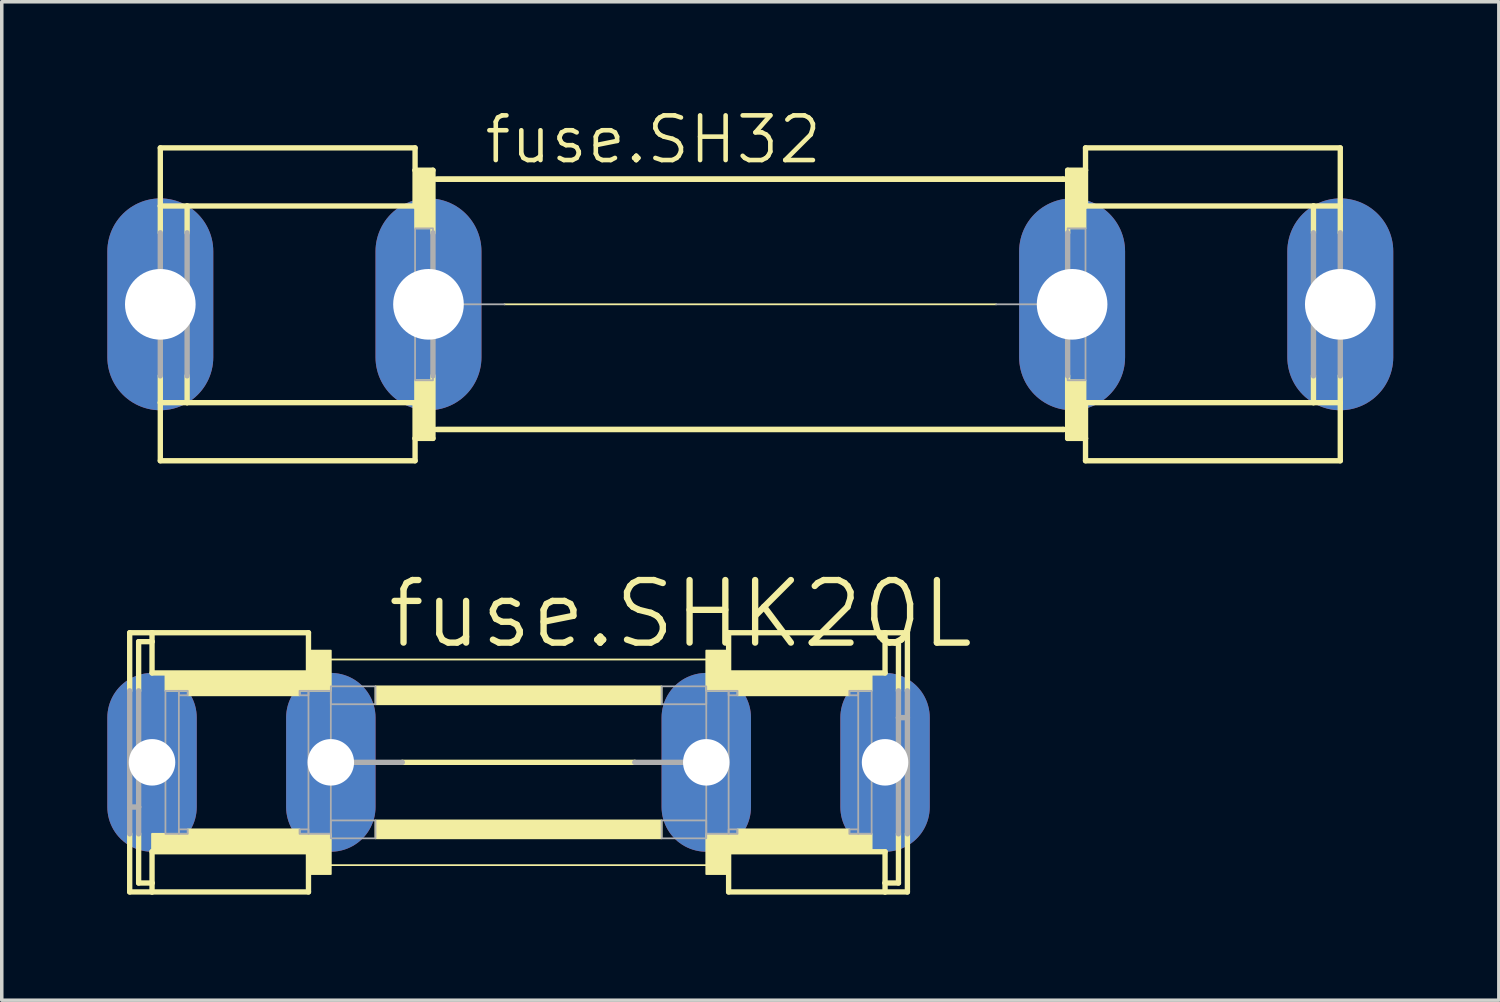
<source format=kicad_pcb>
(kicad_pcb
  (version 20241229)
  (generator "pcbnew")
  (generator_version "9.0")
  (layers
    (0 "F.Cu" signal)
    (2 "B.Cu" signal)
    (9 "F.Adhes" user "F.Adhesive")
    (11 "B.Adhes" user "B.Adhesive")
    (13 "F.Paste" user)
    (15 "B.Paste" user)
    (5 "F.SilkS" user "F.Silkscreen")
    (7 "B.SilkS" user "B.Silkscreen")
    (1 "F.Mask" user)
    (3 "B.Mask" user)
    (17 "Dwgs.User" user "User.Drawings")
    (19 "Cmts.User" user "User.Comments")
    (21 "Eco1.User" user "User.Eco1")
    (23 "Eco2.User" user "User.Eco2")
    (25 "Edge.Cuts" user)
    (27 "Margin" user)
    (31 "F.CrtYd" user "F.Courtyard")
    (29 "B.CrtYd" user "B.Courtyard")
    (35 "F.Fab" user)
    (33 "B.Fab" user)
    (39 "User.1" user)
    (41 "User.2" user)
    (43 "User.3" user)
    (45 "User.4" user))
  (footprint "fuse.SHK20L"
    (layer "F.Cu")
    (at 11.684 18.611)
    (property "Reference" "fuse.SHK20L" (at -3.81 -3.175 0) (layer "F.SilkS") (effects (font (size 1.778 1.778) (thickness 0.18)) (justify left bottom)))
    (attr through_hole)
    (fp_line (start -11.049 -2.032) (end -11.049 -3.683) (stroke (width 0.152) (type default)) (layer "F.SilkS"))
    (fp_line (start -11.049 3.683) (end -11.049 2.032) (stroke (width 0.152) (type default)) (layer "F.SilkS"))
    (fp_line (start -10.795 -3.429) (end -10.795 -2.032) (stroke (width 0.152) (type default)) (layer "F.SilkS"))
    (fp_line (start -10.795 -3.429) (end -10.414 -3.429) (stroke (width 0.152) (type default)) (layer "F.SilkS"))
    (fp_line (start -10.795 2.032) (end -10.795 3.429) (stroke (width 0.152) (type default)) (layer "F.SilkS"))
    (fp_line (start -10.795 3.429) (end -10.414 3.429) (stroke (width 0.152) (type default)) (layer "F.SilkS"))
    (fp_line (start -10.414 -3.683) (end -11.049 -3.683) (stroke (width 0.152) (type default)) (layer "F.SilkS"))
    (fp_line (start -10.414 -3.683) (end -10.414 -3.429) (stroke (width 0.152) (type default)) (layer "F.SilkS"))
    (fp_line (start -10.414 -3.683) (end -5.969 -3.683) (stroke (width 0.152) (type default)) (layer "F.SilkS"))
    (fp_line (start -10.414 -3.429) (end -10.414 -2.54) (stroke (width 0.152) (type default)) (layer "F.SilkS"))
    (fp_line (start -10.414 -2.54) (end -5.969 -2.54) (stroke (width 0.152) (type default)) (layer "F.SilkS"))
    (fp_line (start -10.414 2.54) (end -5.969 2.54) (stroke (width 0.152) (type default)) (layer "F.SilkS"))
    (fp_line (start -10.414 3.429) (end -10.414 2.54) (stroke (width 0.152) (type default)) (layer "F.SilkS"))
    (fp_line (start -10.414 3.683) (end -11.049 3.683) (stroke (width 0.152) (type default)) (layer "F.SilkS"))
    (fp_line (start -10.414 3.683) (end -10.414 3.429) (stroke (width 0.152) (type default)) (layer "F.SilkS"))
    (fp_line (start -5.969 -2.54) (end -5.969 -3.683) (stroke (width 0.152) (type default)) (layer "F.SilkS"))
    (fp_line (start -5.969 3.683) (end -10.414 3.683) (stroke (width 0.152) (type default)) (layer "F.SilkS"))
    (fp_line (start -5.969 3.683) (end -5.969 2.54) (stroke (width 0.152) (type default)) (layer "F.SilkS"))
    (fp_line (start -5.334 -2.921) (end 5.334 -2.921) (stroke (width 0.051) (type default)) (layer "F.SilkS"))
    (fp_line (start -3.302 0) (end 3.302 0) (stroke (width 0.152) (type default)) (layer "F.SilkS"))
    (fp_line (start 5.334 2.921) (end -5.334 2.921) (stroke (width 0.051) (type default)) (layer "F.SilkS"))
    (fp_line (start 5.969 -3.683) (end 5.969 -2.54) (stroke (width 0.152) (type default)) (layer "F.SilkS"))
    (fp_line (start 5.969 -3.683) (end 10.414 -3.683) (stroke (width 0.152) (type default)) (layer "F.SilkS"))
    (fp_line (start 5.969 2.54) (end 5.969 3.683) (stroke (width 0.152) (type default)) (layer "F.SilkS"))
    (fp_line (start 10.414 -3.683) (end 10.414 -3.429) (stroke (width 0.152) (type default)) (layer "F.SilkS"))
    (fp_line (start 10.414 -3.683) (end 11.049 -3.683) (stroke (width 0.152) (type default)) (layer "F.SilkS"))
    (fp_line (start 10.414 -3.429) (end 10.414 -2.54) (stroke (width 0.152) (type default)) (layer "F.SilkS"))
    (fp_line (start 10.414 -2.54) (end 5.969 -2.54) (stroke (width 0.152) (type default)) (layer "F.SilkS"))
    (fp_line (start 10.414 2.54) (end 5.969 2.54) (stroke (width 0.152) (type default)) (layer "F.SilkS"))
    (fp_line (start 10.414 3.429) (end 10.414 2.54) (stroke (width 0.152) (type default)) (layer "F.SilkS"))
    (fp_line (start 10.414 3.683) (end 5.969 3.683) (stroke (width 0.152) (type default)) (layer "F.SilkS"))
    (fp_line (start 10.414 3.683) (end 10.414 3.429) (stroke (width 0.152) (type default)) (layer "F.SilkS"))
    (fp_line (start 10.414 3.683) (end 11.049 3.683) (stroke (width 0.152) (type default)) (layer "F.SilkS"))
    (fp_line (start 10.795 -3.429) (end 10.414 -3.429) (stroke (width 0.152) (type default)) (layer "F.SilkS"))
    (fp_line (start 10.795 -2.032) (end 10.795 -3.429) (stroke (width 0.152) (type default)) (layer "F.SilkS"))
    (fp_line (start 10.795 3.429) (end 10.414 3.429) (stroke (width 0.152) (type default)) (layer "F.SilkS"))
    (fp_line (start 10.795 3.429) (end 10.795 2.032) (stroke (width 0.152) (type default)) (layer "F.SilkS"))
    (fp_line (start 11.049 -3.683) (end 11.049 -2.032) (stroke (width 0.152) (type default)) (layer "F.SilkS"))
    (fp_line (start 11.049 2.032) (end 11.049 3.683) (stroke (width 0.152) (type default)) (layer "F.SilkS"))
    (fp_rect (start -10.414 2.54) (end -5.969 2.032) (stroke (width 0.05) (type default)) (fill yes) (layer "F.SilkS"))
    (fp_rect (start -10.033 -2.032) (end -5.969 -2.54) (stroke (width 0.05) (type default)) (fill yes) (layer "F.SilkS"))
    (fp_rect (start -9.398 -1.905) (end -6.223 -2.032) (stroke (width 0.05) (type default)) (fill yes) (layer "F.SilkS"))
    (fp_rect (start -9.398 2.032) (end -6.223 1.905) (stroke (width 0.05) (type default)) (fill yes) (layer "F.SilkS"))
    (fp_rect (start -5.969 -2.032) (end -5.334 -3.175) (stroke (width 0.05) (type default)) (fill yes) (layer "F.SilkS"))
    (fp_rect (start -5.969 3.175) (end -5.334 2.032) (stroke (width 0.05) (type default)) (fill yes) (layer "F.SilkS"))
    (fp_rect (start -4.064 -1.651) (end 4.064 -2.159) (stroke (width 0.05) (type default)) (fill yes) (layer "F.SilkS"))
    (fp_rect (start -4.064 2.159) (end 4.064 1.651) (stroke (width 0.05) (type default)) (fill yes) (layer "F.SilkS"))
    (fp_rect (start 5.334 -2.032) (end 5.969 -3.175) (stroke (width 0.05) (type default)) (fill yes) (layer "F.SilkS"))
    (fp_rect (start 5.334 3.175) (end 5.969 2.032) (stroke (width 0.05) (type default)) (fill yes) (layer "F.SilkS"))
    (fp_rect (start 5.969 -2.032) (end 10.033 -2.54) (stroke (width 0.05) (type default)) (fill yes) (layer "F.SilkS"))
    (fp_rect (start 5.969 2.54) (end 10.033 2.032) (stroke (width 0.05) (type default)) (fill yes) (layer "F.SilkS"))
    (fp_rect (start 6.223 -1.905) (end 9.398 -2.032) (stroke (width 0.05) (type default)) (fill yes) (layer "F.SilkS"))
    (fp_rect (start 6.223 2.032) (end 9.398 1.905) (stroke (width 0.05) (type default)) (fill yes) (layer "F.SilkS"))
    (fp_line (start -11.049 -2.032) (end -11.049 1.27) (stroke (width 0.152) (type default)) (layer "F.Fab"))
    (fp_line (start -11.049 1.27) (end -10.795 1.27) (stroke (width 0.152) (type default)) (layer "F.Fab"))
    (fp_line (start -11.049 2.032) (end -11.049 1.27) (stroke (width 0.152) (type default)) (layer "F.Fab"))
    (fp_line (start -10.795 -2.032) (end -10.795 1.27) (stroke (width 0.152) (type default)) (layer "F.Fab"))
    (fp_line (start -10.795 1.27) (end -10.795 2.032) (stroke (width 0.152) (type default)) (layer "F.Fab"))
    (fp_line (start -3.302 0) (end -5.334 0) (stroke (width 0.152) (type default)) (layer "F.Fab"))
    (fp_line (start 3.302 0) (end 5.334 0) (stroke (width 0.152) (type default)) (layer "F.Fab"))
    (fp_line (start 10.795 -1.27) (end 10.795 -2.032) (stroke (width 0.152) (type default)) (layer "F.Fab"))
    (fp_line (start 10.795 -1.27) (end 10.795 2.032) (stroke (width 0.152) (type default)) (layer "F.Fab"))
    (fp_line (start 11.049 -2.032) (end 11.049 -1.27) (stroke (width 0.152) (type default)) (layer "F.Fab"))
    (fp_line (start 11.049 -1.27) (end 10.795 -1.27) (stroke (width 0.152) (type default)) (layer "F.Fab"))
    (fp_line (start 11.049 -1.27) (end 11.049 2.032) (stroke (width 0.152) (type default)) (layer "F.Fab"))
    (fp_rect (start -10.033 2.032) (end -9.652 -2.032) (stroke (width 0.05) (type default)) (fill no) (layer "F.Fab"))
    (fp_rect (start -9.652 -1.905) (end -9.398 -2.032) (stroke (width 0.05) (type default)) (fill no) (layer "F.Fab"))
    (fp_rect (start -9.652 2.032) (end -9.398 1.905) (stroke (width 0.05) (type default)) (fill no) (layer "F.Fab"))
    (fp_rect (start -6.223 -1.905) (end -5.969 -2.032) (stroke (width 0.05) (type default)) (fill no) (layer "F.Fab"))
    (fp_rect (start -6.223 2.032) (end -5.969 1.905) (stroke (width 0.05) (type default)) (fill no) (layer "F.Fab"))
    (fp_rect (start -5.969 2.032) (end -5.334 -2.032) (stroke (width 0.05) (type default)) (fill no) (layer "F.Fab"))
    (fp_rect (start -5.334 -1.651) (end -4.064 -2.159) (stroke (width 0.05) (type default)) (fill no) (layer "F.Fab"))
    (fp_rect (start -5.334 2.159) (end -4.064 1.651) (stroke (width 0.05) (type default)) (fill no) (layer "F.Fab"))
    (fp_rect (start 4.064 -1.651) (end 5.334 -2.159) (stroke (width 0.05) (type default)) (fill no) (layer "F.Fab"))
    (fp_rect (start 4.064 2.159) (end 5.334 1.651) (stroke (width 0.05) (type default)) (fill no) (layer "F.Fab"))
    (fp_rect (start 5.334 2.032) (end 5.969 -2.032) (stroke (width 0.05) (type default)) (fill no) (layer "F.Fab"))
    (fp_rect (start 5.969 -1.905) (end 6.223 -2.032) (stroke (width 0.05) (type default)) (fill no) (layer "F.Fab"))
    (fp_rect (start 5.969 2.032) (end 6.223 1.905) (stroke (width 0.05) (type default)) (fill no) (layer "F.Fab"))
    (fp_rect (start 9.398 -1.905) (end 9.652 -2.032) (stroke (width 0.05) (type default)) (fill no) (layer "F.Fab"))
    (fp_rect (start 9.398 2.032) (end 9.652 1.905) (stroke (width 0.05) (type default)) (fill no) (layer "F.Fab"))
    (fp_rect (start 9.652 2.032) (end 10.033 -2.032) (stroke (width 0.05) (type default)) (fill no) (layer "F.Fab"))
    (pad "1A" thru_hole oval (at -10.414 0 90) (size 5.08 2.54) (drill 1.321) (layers "*.Cu" "*.Mask"))
    (pad "1B" thru_hole oval (at -5.334 0 90) (size 5.08 2.54) (drill 1.321) (layers "*.Cu" "*.Mask"))
    (pad "2A" thru_hole oval (at 10.414 0 90) (size 5.08 2.54) (drill 1.321) (layers "*.Cu" "*.Mask"))
    (pad "2B" thru_hole oval (at 5.334 0 90) (size 5.08 2.54) (drill 1.321) (layers "*.Cu" "*.Mask")))
  (footprint "fuse.SH32"
    (layer "F.Cu")
    (at 18.269 5.597)
    (property "Reference" "fuse.SH32" (at -7.62 -3.937 0) (layer "F.SilkS") (effects (font (size 1.27 1.27) (thickness 0.13)) (justify left bottom)))
    (attr through_hole)
    (fp_line (start -16.764 -2.794) (end -16.764 -4.445) (stroke (width 0.152) (type default)) (layer "F.SilkS"))
    (fp_line (start -16.764 -2.032) (end -16.764 -2.794) (stroke (width 0.152) (type default)) (layer "F.SilkS"))
    (fp_line (start -16.764 2.794) (end -16.764 2.032) (stroke (width 0.152) (type default)) (layer "F.SilkS"))
    (fp_line (start -16.764 4.445) (end -16.764 2.794) (stroke (width 0.152) (type default)) (layer "F.SilkS"))
    (fp_line (start -16.764 4.445) (end -9.525 4.445) (stroke (width 0.152) (type default)) (layer "F.SilkS"))
    (fp_line (start -16.002 -2.794) (end -16.764 -2.794) (stroke (width 0.152) (type default)) (layer "F.SilkS"))
    (fp_line (start -16.002 -2.032) (end -16.002 -2.794) (stroke (width 0.152) (type default)) (layer "F.SilkS"))
    (fp_line (start -16.002 2.032) (end -16.002 2.794) (stroke (width 0.152) (type default)) (layer "F.SilkS"))
    (fp_line (start -16.002 2.794) (end -16.764 2.794) (stroke (width 0.152) (type default)) (layer "F.SilkS"))
    (fp_line (start -9.525 -4.445) (end -16.764 -4.445) (stroke (width 0.152) (type default)) (layer "F.SilkS"))
    (fp_line (start -9.525 -3.81) (end -9.525 -4.445) (stroke (width 0.152) (type default)) (layer "F.SilkS"))
    (fp_line (start -9.525 -3.81) (end -9.525 -2.794) (stroke (width 0.152) (type default)) (layer "F.SilkS"))
    (fp_line (start -9.525 -3.81) (end -9.017 -3.81) (stroke (width 0.152) (type default)) (layer "F.SilkS"))
    (fp_line (start -9.525 -2.794) (end -16.002 -2.794) (stroke (width 0.152) (type default)) (layer "F.SilkS"))
    (fp_line (start -9.525 2.794) (end -16.002 2.794) (stroke (width 0.152) (type default)) (layer "F.SilkS"))
    (fp_line (start -9.525 3.81) (end -9.525 2.794) (stroke (width 0.152) (type default)) (layer "F.SilkS"))
    (fp_line (start -9.525 3.81) (end -9.525 4.445) (stroke (width 0.152) (type default)) (layer "F.SilkS"))
    (fp_line (start -9.017 -3.81) (end -9.017 -3.556) (stroke (width 0.152) (type default)) (layer "F.SilkS"))
    (fp_line (start -9.017 -3.556) (end 8.89 -3.556) (stroke (width 0.152) (type default)) (layer "F.SilkS"))
    (fp_line (start -9.017 -2.032) (end -9.017 -3.556) (stroke (width 0.152) (type default)) (layer "F.SilkS"))
    (fp_line (start -9.017 2.032) (end -9.017 3.556) (stroke (width 0.152) (type default)) (layer "F.SilkS"))
    (fp_line (start -9.017 3.556) (end -9.017 3.81) (stroke (width 0.152) (type default)) (layer "F.SilkS"))
    (fp_line (start -9.017 3.81) (end -9.525 3.81) (stroke (width 0.152) (type default)) (layer "F.SilkS"))
    (fp_line (start -8.89 -3.556) (end 8.89 -3.556) (stroke (width 0.152) (type default)) (layer "F.SilkS"))
    (fp_line (start -6.985 0) (end 6.985 0) (stroke (width 0.051) (type default)) (layer "F.SilkS"))
    (fp_line (start 8.89 -3.556) (end 9.017 -3.556) (stroke (width 0.152) (type default)) (layer "F.SilkS"))
    (fp_line (start 8.89 3.556) (end -9.017 3.556) (stroke (width 0.152) (type default)) (layer "F.SilkS"))
    (fp_line (start 8.89 3.556) (end -8.89 3.556) (stroke (width 0.152) (type default)) (layer "F.SilkS"))
    (fp_line (start 9.017 -3.81) (end 9.525 -3.81) (stroke (width 0.152) (type default)) (layer "F.SilkS"))
    (fp_line (start 9.017 -3.556) (end 9.017 -3.81) (stroke (width 0.152) (type default)) (layer "F.SilkS"))
    (fp_line (start 9.017 -2.032) (end 9.017 -3.556) (stroke (width 0.152) (type default)) (layer "F.SilkS"))
    (fp_line (start 9.017 2.032) (end 9.017 3.556) (stroke (width 0.152) (type default)) (layer "F.SilkS"))
    (fp_line (start 9.017 3.556) (end 8.89 3.556) (stroke (width 0.152) (type default)) (layer "F.SilkS"))
    (fp_line (start 9.017 3.81) (end 9.017 3.556) (stroke (width 0.152) (type default)) (layer "F.SilkS"))
    (fp_line (start 9.525 -3.81) (end 9.525 -4.445) (stroke (width 0.152) (type default)) (layer "F.SilkS"))
    (fp_line (start 9.525 -3.81) (end 9.525 -2.794) (stroke (width 0.152) (type default)) (layer "F.SilkS"))
    (fp_line (start 9.525 -2.794) (end 16.002 -2.794) (stroke (width 0.152) (type default)) (layer "F.SilkS"))
    (fp_line (start 9.525 2.794) (end 16.002 2.794) (stroke (width 0.152) (type default)) (layer "F.SilkS"))
    (fp_line (start 9.525 3.81) (end 9.017 3.81) (stroke (width 0.152) (type default)) (layer "F.SilkS"))
    (fp_line (start 9.525 3.81) (end 9.525 2.794) (stroke (width 0.152) (type default)) (layer "F.SilkS"))
    (fp_line (start 9.525 3.81) (end 9.525 4.445) (stroke (width 0.152) (type default)) (layer "F.SilkS"))
    (fp_line (start 9.525 4.445) (end 16.764 4.445) (stroke (width 0.152) (type default)) (layer "F.SilkS"))
    (fp_line (start 16.002 -2.794) (end 16.764 -2.794) (stroke (width 0.152) (type default)) (layer "F.SilkS"))
    (fp_line (start 16.002 -2.032) (end 16.002 -2.794) (stroke (width 0.152) (type default)) (layer "F.SilkS"))
    (fp_line (start 16.002 2.032) (end 16.002 2.794) (stroke (width 0.152) (type default)) (layer "F.SilkS"))
    (fp_line (start 16.002 2.794) (end 16.764 2.794) (stroke (width 0.152) (type default)) (layer "F.SilkS"))
    (fp_line (start 16.764 -4.445) (end 9.525 -4.445) (stroke (width 0.152) (type default)) (layer "F.SilkS"))
    (fp_line (start 16.764 -4.445) (end 16.764 -2.794) (stroke (width 0.152) (type default)) (layer "F.SilkS"))
    (fp_line (start 16.764 -2.794) (end 16.764 -2.032) (stroke (width 0.152) (type default)) (layer "F.SilkS"))
    (fp_line (start 16.764 2.032) (end 16.764 2.794) (stroke (width 0.152) (type default)) (layer "F.SilkS"))
    (fp_line (start 16.764 2.794) (end 16.764 4.445) (stroke (width 0.152) (type default)) (layer "F.SilkS"))
    (fp_rect (start -9.525 -2.159) (end -9.017 -3.81) (stroke (width 0.05) (type default)) (fill yes) (layer "F.SilkS"))
    (fp_rect (start -9.525 3.81) (end -9.017 2.159) (stroke (width 0.05) (type default)) (fill yes) (layer "F.SilkS"))
    (fp_rect (start 9.017 -2.159) (end 9.525 -3.81) (stroke (width 0.05) (type default)) (fill yes) (layer "F.SilkS"))
    (fp_rect (start 9.017 3.81) (end 9.525 2.159) (stroke (width 0.05) (type default)) (fill yes) (layer "F.SilkS"))
    (fp_line (start -16.764 -2.032) (end -16.764 2.032) (stroke (width 0.152) (type default)) (layer "F.Fab"))
    (fp_line (start -16.002 -2.032) (end -16.002 2.032) (stroke (width 0.152) (type default)) (layer "F.Fab"))
    (fp_line (start -9.017 -2.032) (end -9.017 0) (stroke (width 0.152) (type default)) (layer "F.Fab"))
    (fp_line (start -9.017 0) (end -9.017 2.032) (stroke (width 0.152) (type default)) (layer "F.Fab"))
    (fp_line (start -9.017 0) (end -6.985 0) (stroke (width 0.051) (type default)) (layer "F.Fab"))
    (fp_line (start 9.017 0) (end 6.985 0) (stroke (width 0.051) (type default)) (layer "F.Fab"))
    (fp_line (start 9.017 0) (end 9.017 -2.032) (stroke (width 0.152) (type default)) (layer "F.Fab"))
    (fp_line (start 9.017 2.032) (end 9.017 0) (stroke (width 0.152) (type default)) (layer "F.Fab"))
    (fp_line (start 16.002 2.032) (end 16.002 -2.032) (stroke (width 0.152) (type default)) (layer "F.Fab"))
    (fp_line (start 16.764 2.032) (end 16.764 -2.032) (stroke (width 0.152) (type default)) (layer "F.Fab"))
    (fp_rect (start -9.525 2.159) (end -9.017 -2.159) (stroke (width 0.05) (type default)) (fill no) (layer "F.Fab"))
    (fp_rect (start 9.017 2.159) (end 9.525 -2.159) (stroke (width 0.05) (type default)) (fill no) (layer "F.Fab"))
    (pad "1A" thru_hole oval (at -16.764 0 90) (size 6.02 3.01) (drill 2.007) (layers "*.Cu" "*.Mask"))
    (pad "1B" thru_hole oval (at -9.144 0 90) (size 6.02 3.01) (drill 2.007) (layers "*.Cu" "*.Mask"))
    (pad "2A" thru_hole oval (at 9.144 0 90) (size 6.02 3.01) (drill 2.007) (layers "*.Cu" "*.Mask"))
    (pad "2B" thru_hole oval (at 16.764 0 90) (size 6.02 3.01) (drill 2.007) (layers "*.Cu" "*.Mask")))
  (gr_rect
    (start -3 -3)
    (end 39.538 25.37)
    (stroke (width 0.1) (type default))
    (fill no)
    (layer "Edge.Cuts")))
</source>
